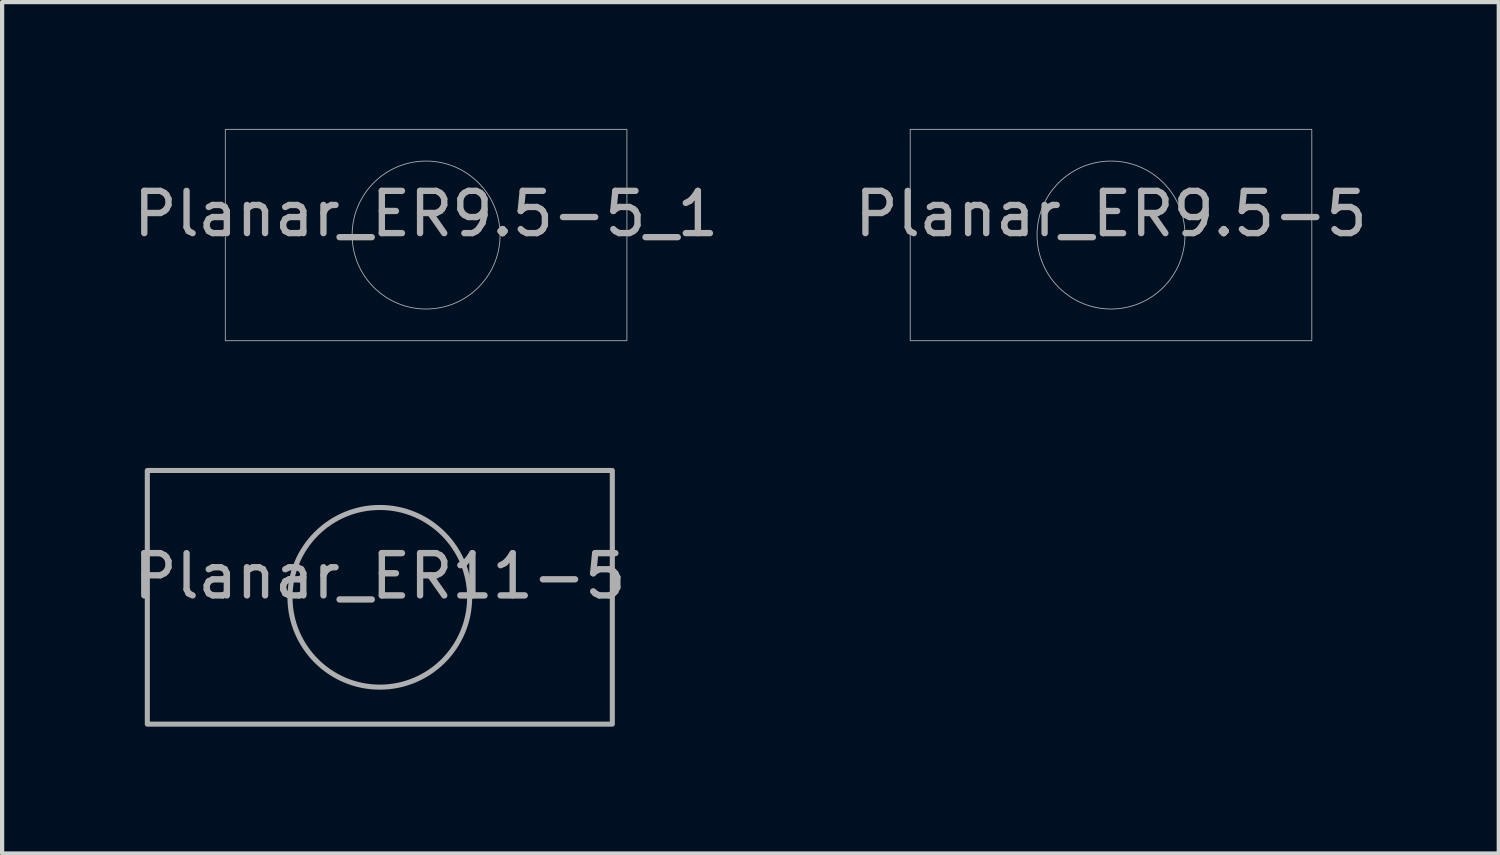
<source format=kicad_pcb>
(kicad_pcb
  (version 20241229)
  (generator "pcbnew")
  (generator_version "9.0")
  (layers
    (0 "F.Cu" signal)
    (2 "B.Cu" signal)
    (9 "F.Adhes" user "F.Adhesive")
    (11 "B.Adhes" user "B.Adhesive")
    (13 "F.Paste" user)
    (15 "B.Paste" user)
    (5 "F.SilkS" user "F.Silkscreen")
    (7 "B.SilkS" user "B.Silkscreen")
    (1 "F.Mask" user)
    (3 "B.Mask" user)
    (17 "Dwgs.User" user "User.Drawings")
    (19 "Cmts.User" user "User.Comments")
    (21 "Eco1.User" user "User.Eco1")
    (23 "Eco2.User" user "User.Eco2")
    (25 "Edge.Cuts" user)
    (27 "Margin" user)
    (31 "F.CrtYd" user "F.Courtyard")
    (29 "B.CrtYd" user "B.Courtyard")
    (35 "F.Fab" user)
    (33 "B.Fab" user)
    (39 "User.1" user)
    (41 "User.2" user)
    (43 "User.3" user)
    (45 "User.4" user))
  (footprint "Planar_ER9.5-5"
    (layer "F.Cu")
    (at 23.232 2.51)
    (property "Reference" "Planar_ER9.5-5" (at 0 -0.5 0) (unlocked yes) (layer "F.Fab") (effects (font (size 1 1) (thickness 0.15))))
    (fp_rect (start -4.75 -2.5) (end 4.75 2.5) (stroke (width 0.02) (type default)) (fill no) (layer "F.Fab"))
    (fp_circle (center 0 0) (end 1.75 0) (stroke (width 0.02) (type default)) (fill no) (layer "F.Fab")))
  (footprint "Planar_ER9.5-5_1"
    (layer "F.Cu")
    (at 7.03 2.51)
    (property "Reference" "Planar_ER9.5-5_1" (at 0 -0.5 0) (unlocked yes) (layer "F.Fab") (effects (font (size 1 1) (thickness 0.15))))
    (fp_rect (start -4.75 -2.5) (end 4.75 2.5) (stroke (width 0.02) (type default)) (fill no) (layer "F.Fab"))
    (fp_circle (center 0 0) (end 1.75 0) (stroke (width 0.02) (type default)) (fill no) (layer "F.Fab")))
  (footprint "Planar_ER11-5"
    (layer "F.Cu")
    (at 5.935 11.08)
    (property "Reference" "Planar_ER11-5" (at 0 -0.5 0) (unlocked yes) (layer "F.Fab") (effects (font (size 1 1) (thickness 0.15))))
    (fp_rect (start -5.5 -3) (end 5.5 3) (stroke (width 0.12) (type default)) (fill no) (layer "F.Fab"))
    (fp_circle (center 0 0) (end 2.125 0) (stroke (width 0.12) (type default)) (fill no) (layer "F.Fab")))
  (gr_rect
    (start -3 -3)
    (end 32.405 17.14)
    (stroke (width 0.1) (type default))
    (fill no)
    (layer "Edge.Cuts")))
</source>
